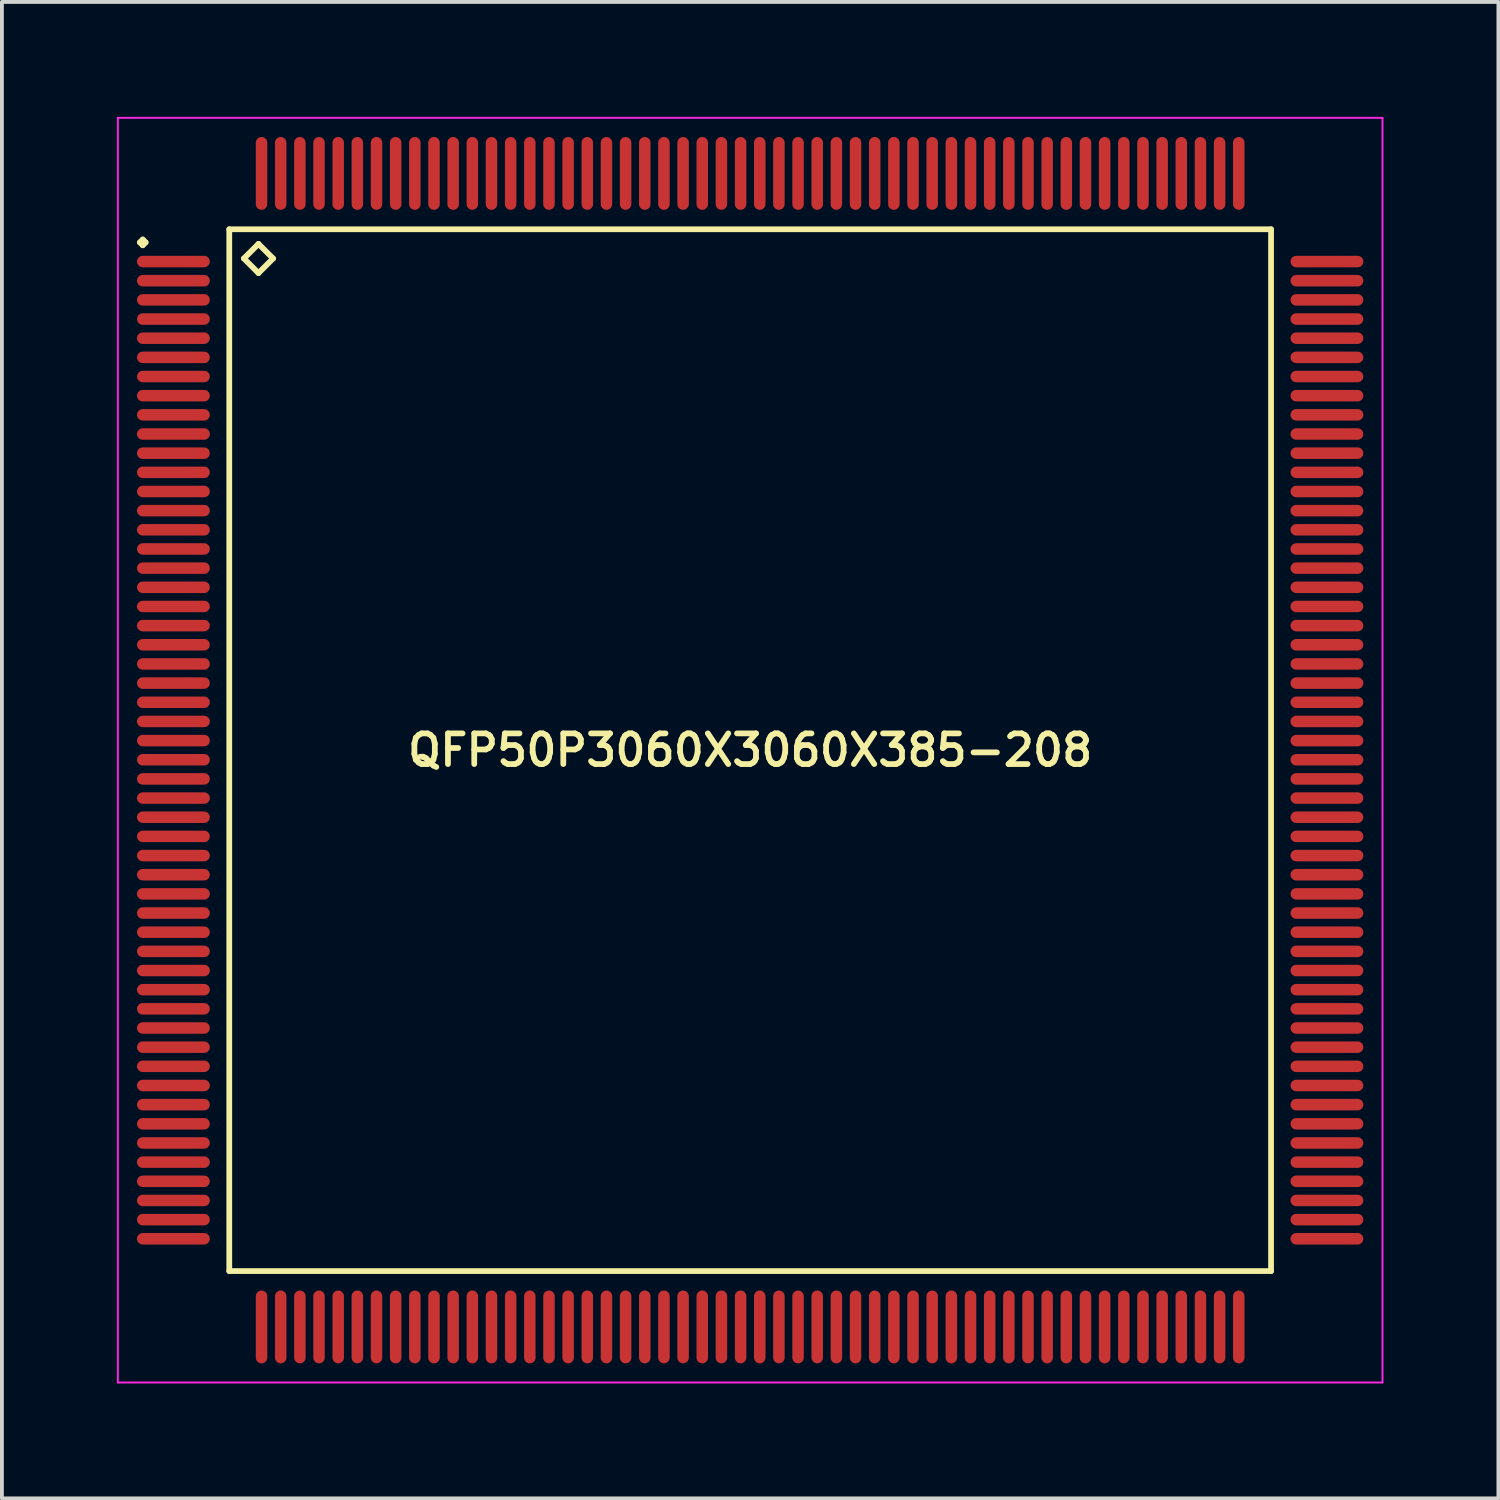
<source format=kicad_pcb>
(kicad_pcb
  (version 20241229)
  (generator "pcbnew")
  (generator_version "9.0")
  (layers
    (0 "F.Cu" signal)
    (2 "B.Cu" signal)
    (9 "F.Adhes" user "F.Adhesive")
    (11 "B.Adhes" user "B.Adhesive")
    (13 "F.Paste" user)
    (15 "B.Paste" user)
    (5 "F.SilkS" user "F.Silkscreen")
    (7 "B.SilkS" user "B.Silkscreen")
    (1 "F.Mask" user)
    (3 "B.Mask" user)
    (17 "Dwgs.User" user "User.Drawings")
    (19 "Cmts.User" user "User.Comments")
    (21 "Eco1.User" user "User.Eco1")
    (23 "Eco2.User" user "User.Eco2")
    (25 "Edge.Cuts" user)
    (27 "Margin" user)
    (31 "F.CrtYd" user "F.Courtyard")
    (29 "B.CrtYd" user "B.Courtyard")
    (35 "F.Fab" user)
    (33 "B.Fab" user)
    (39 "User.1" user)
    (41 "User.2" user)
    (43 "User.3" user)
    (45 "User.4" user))
  (footprint "QFP50P3060X3060X385-208"
    (layer "F.Cu")
    (at 16.525 16.525)
    (property "Reference" "QFP50P3060X3060X385-208" (at 0 0 0) (layer "F.SilkS") (effects (font (size 0.8 0.8) (thickness 0.15))))
    (attr smd)
    (fp_line (start -15.925 -13.25) (end -15.85 -13.325) (stroke (width 0.15) (type solid)) (layer "F.SilkS"))
    (fp_line (start -15.85 -13.325) (end -15.775 -13.25) (stroke (width 0.15) (type solid)) (layer "F.SilkS"))
    (fp_line (start -15.85 -13.175) (end -15.925 -13.25) (stroke (width 0.15) (type solid)) (layer "F.SilkS"))
    (fp_line (start -15.775 -13.25) (end -15.85 -13.175) (stroke (width 0.15) (type solid)) (layer "F.SilkS"))
    (fp_line (start -13.592 -13.592) (end -13.592 13.592) (stroke (width 0.15) (type solid)) (layer "F.SilkS"))
    (fp_line (start -13.592 13.592) (end 13.592 13.592) (stroke (width 0.15) (type solid)) (layer "F.SilkS"))
    (fp_line (start -13.211 -12.83) (end -12.83 -13.211) (stroke (width 0.15) (type solid)) (layer "F.SilkS"))
    (fp_line (start -12.83 -13.211) (end -12.449 -12.83) (stroke (width 0.15) (type solid)) (layer "F.SilkS"))
    (fp_line (start -12.83 -12.449) (end -13.211 -12.83) (stroke (width 0.15) (type solid)) (layer "F.SilkS"))
    (fp_line (start -12.449 -12.83) (end -12.83 -12.449) (stroke (width 0.15) (type solid)) (layer "F.SilkS"))
    (fp_line (start 13.592 -13.592) (end -13.592 -13.592) (stroke (width 0.15) (type solid)) (layer "F.SilkS"))
    (fp_line (start 13.592 13.592) (end 13.592 -13.592) (stroke (width 0.15) (type solid)) (layer "F.SilkS"))
    (fp_line (start -16.5 -16.5) (end 16.5 -16.5) (stroke (width 0.05) (type solid)) (layer "F.CrtYd"))
    (fp_line (start -16.5 16.5) (end -16.5 -16.5) (stroke (width 0.05) (type solid)) (layer "F.CrtYd"))
    (fp_line (start 16.5 -16.5) (end 16.5 16.5) (stroke (width 0.05) (type solid)) (layer "F.CrtYd"))
    (fp_line (start 16.5 16.5) (end -16.5 16.5) (stroke (width 0.05) (type solid)) (layer "F.CrtYd"))
    (pad "1" smd oval (at -15.05 -12.75) (size 1.9 0.3) (layers "F.Cu" "F.Mask" "F.Paste"))
    (pad "2" smd oval (at -15.05 -12.25) (size 1.9 0.3) (layers "F.Cu" "F.Mask" "F.Paste"))
    (pad "3" smd oval (at -15.05 -11.75) (size 1.9 0.3) (layers "F.Cu" "F.Mask" "F.Paste"))
    (pad "4" smd oval (at -15.05 -11.25) (size 1.9 0.3) (layers "F.Cu" "F.Mask" "F.Paste"))
    (pad "5" smd oval (at -15.05 -10.75) (size 1.9 0.3) (layers "F.Cu" "F.Mask" "F.Paste"))
    (pad "6" smd oval (at -15.05 -10.25) (size 1.9 0.3) (layers "F.Cu" "F.Mask" "F.Paste"))
    (pad "7" smd oval (at -15.05 -9.75) (size 1.9 0.3) (layers "F.Cu" "F.Mask" "F.Paste"))
    (pad "8" smd oval (at -15.05 -9.25) (size 1.9 0.3) (layers "F.Cu" "F.Mask" "F.Paste"))
    (pad "9" smd oval (at -15.05 -8.75) (size 1.9 0.3) (layers "F.Cu" "F.Mask" "F.Paste"))
    (pad "10" smd oval (at -15.05 -8.25) (size 1.9 0.3) (layers "F.Cu" "F.Mask" "F.Paste"))
    (pad "11" smd oval (at -15.05 -7.75) (size 1.9 0.3) (layers "F.Cu" "F.Mask" "F.Paste"))
    (pad "12" smd oval (at -15.05 -7.25) (size 1.9 0.3) (layers "F.Cu" "F.Mask" "F.Paste"))
    (pad "13" smd oval (at -15.05 -6.75) (size 1.9 0.3) (layers "F.Cu" "F.Mask" "F.Paste"))
    (pad "14" smd oval (at -15.05 -6.25) (size 1.9 0.3) (layers "F.Cu" "F.Mask" "F.Paste"))
    (pad "15" smd oval (at -15.05 -5.75) (size 1.9 0.3) (layers "F.Cu" "F.Mask" "F.Paste"))
    (pad "16" smd oval (at -15.05 -5.25) (size 1.9 0.3) (layers "F.Cu" "F.Mask" "F.Paste"))
    (pad "17" smd oval (at -15.05 -4.75) (size 1.9 0.3) (layers "F.Cu" "F.Mask" "F.Paste"))
    (pad "18" smd oval (at -15.05 -4.25) (size 1.9 0.3) (layers "F.Cu" "F.Mask" "F.Paste"))
    (pad "19" smd oval (at -15.05 -3.75) (size 1.9 0.3) (layers "F.Cu" "F.Mask" "F.Paste"))
    (pad "20" smd oval (at -15.05 -3.25) (size 1.9 0.3) (layers "F.Cu" "F.Mask" "F.Paste"))
    (pad "21" smd oval (at -15.05 -2.75) (size 1.9 0.3) (layers "F.Cu" "F.Mask" "F.Paste"))
    (pad "22" smd oval (at -15.05 -2.25) (size 1.9 0.3) (layers "F.Cu" "F.Mask" "F.Paste"))
    (pad "23" smd oval (at -15.05 -1.75) (size 1.9 0.3) (layers "F.Cu" "F.Mask" "F.Paste"))
    (pad "24" smd oval (at -15.05 -1.25) (size 1.9 0.3) (layers "F.Cu" "F.Mask" "F.Paste"))
    (pad "25" smd oval (at -15.05 -0.75) (size 1.9 0.3) (layers "F.Cu" "F.Mask" "F.Paste"))
    (pad "26" smd oval (at -15.05 -0.25) (size 1.9 0.3) (layers "F.Cu" "F.Mask" "F.Paste"))
    (pad "27" smd oval (at -15.05 0.25) (size 1.9 0.3) (layers "F.Cu" "F.Mask" "F.Paste"))
    (pad "28" smd oval (at -15.05 0.75) (size 1.9 0.3) (layers "F.Cu" "F.Mask" "F.Paste"))
    (pad "29" smd oval (at -15.05 1.25) (size 1.9 0.3) (layers "F.Cu" "F.Mask" "F.Paste"))
    (pad "30" smd oval (at -15.05 1.75) (size 1.9 0.3) (layers "F.Cu" "F.Mask" "F.Paste"))
    (pad "31" smd oval (at -15.05 2.25) (size 1.9 0.3) (layers "F.Cu" "F.Mask" "F.Paste"))
    (pad "32" smd oval (at -15.05 2.75) (size 1.9 0.3) (layers "F.Cu" "F.Mask" "F.Paste"))
    (pad "33" smd oval (at -15.05 3.25) (size 1.9 0.3) (layers "F.Cu" "F.Mask" "F.Paste"))
    (pad "34" smd oval (at -15.05 3.75) (size 1.9 0.3) (layers "F.Cu" "F.Mask" "F.Paste"))
    (pad "35" smd oval (at -15.05 4.25) (size 1.9 0.3) (layers "F.Cu" "F.Mask" "F.Paste"))
    (pad "36" smd oval (at -15.05 4.75) (size 1.9 0.3) (layers "F.Cu" "F.Mask" "F.Paste"))
    (pad "37" smd oval (at -15.05 5.25) (size 1.9 0.3) (layers "F.Cu" "F.Mask" "F.Paste"))
    (pad "38" smd oval (at -15.05 5.75) (size 1.9 0.3) (layers "F.Cu" "F.Mask" "F.Paste"))
    (pad "39" smd oval (at -15.05 6.25) (size 1.9 0.3) (layers "F.Cu" "F.Mask" "F.Paste"))
    (pad "40" smd oval (at -15.05 6.75) (size 1.9 0.3) (layers "F.Cu" "F.Mask" "F.Paste"))
    (pad "41" smd oval (at -15.05 7.25) (size 1.9 0.3) (layers "F.Cu" "F.Mask" "F.Paste"))
    (pad "42" smd oval (at -15.05 7.75) (size 1.9 0.3) (layers "F.Cu" "F.Mask" "F.Paste"))
    (pad "43" smd oval (at -15.05 8.25) (size 1.9 0.3) (layers "F.Cu" "F.Mask" "F.Paste"))
    (pad "44" smd oval (at -15.05 8.75) (size 1.9 0.3) (layers "F.Cu" "F.Mask" "F.Paste"))
    (pad "45" smd oval (at -15.05 9.25) (size 1.9 0.3) (layers "F.Cu" "F.Mask" "F.Paste"))
    (pad "46" smd oval (at -15.05 9.75) (size 1.9 0.3) (layers "F.Cu" "F.Mask" "F.Paste"))
    (pad "47" smd oval (at -15.05 10.25) (size 1.9 0.3) (layers "F.Cu" "F.Mask" "F.Paste"))
    (pad "48" smd oval (at -15.05 10.75) (size 1.9 0.3) (layers "F.Cu" "F.Mask" "F.Paste"))
    (pad "49" smd oval (at -15.05 11.25) (size 1.9 0.3) (layers "F.Cu" "F.Mask" "F.Paste"))
    (pad "50" smd oval (at -15.05 11.75) (size 1.9 0.3) (layers "F.Cu" "F.Mask" "F.Paste"))
    (pad "51" smd oval (at -15.05 12.25) (size 1.9 0.3) (layers "F.Cu" "F.Mask" "F.Paste"))
    (pad "52" smd oval (at -15.05 12.75) (size 1.9 0.3) (layers "F.Cu" "F.Mask" "F.Paste"))
    (pad "53" smd oval (at -12.75 15.05) (size 0.3 1.9) (layers "F.Cu" "F.Mask" "F.Paste"))
    (pad "54" smd oval (at -12.25 15.05) (size 0.3 1.9) (layers "F.Cu" "F.Mask" "F.Paste"))
    (pad "55" smd oval (at -11.75 15.05) (size 0.3 1.9) (layers "F.Cu" "F.Mask" "F.Paste"))
    (pad "56" smd oval (at -11.25 15.05) (size 0.3 1.9) (layers "F.Cu" "F.Mask" "F.Paste"))
    (pad "57" smd oval (at -10.75 15.05) (size 0.3 1.9) (layers "F.Cu" "F.Mask" "F.Paste"))
    (pad "58" smd oval (at -10.25 15.05) (size 0.3 1.9) (layers "F.Cu" "F.Mask" "F.Paste"))
    (pad "59" smd oval (at -9.75 15.05) (size 0.3 1.9) (layers "F.Cu" "F.Mask" "F.Paste"))
    (pad "60" smd oval (at -9.25 15.05) (size 0.3 1.9) (layers "F.Cu" "F.Mask" "F.Paste"))
    (pad "61" smd oval (at -8.75 15.05) (size 0.3 1.9) (layers "F.Cu" "F.Mask" "F.Paste"))
    (pad "62" smd oval (at -8.25 15.05) (size 0.3 1.9) (layers "F.Cu" "F.Mask" "F.Paste"))
    (pad "63" smd oval (at -7.75 15.05) (size 0.3 1.9) (layers "F.Cu" "F.Mask" "F.Paste"))
    (pad "64" smd oval (at -7.25 15.05) (size 0.3 1.9) (layers "F.Cu" "F.Mask" "F.Paste"))
    (pad "65" smd oval (at -6.75 15.05) (size 0.3 1.9) (layers "F.Cu" "F.Mask" "F.Paste"))
    (pad "66" smd oval (at -6.25 15.05) (size 0.3 1.9) (layers "F.Cu" "F.Mask" "F.Paste"))
    (pad "67" smd oval (at -5.75 15.05) (size 0.3 1.9) (layers "F.Cu" "F.Mask" "F.Paste"))
    (pad "68" smd oval (at -5.25 15.05) (size 0.3 1.9) (layers "F.Cu" "F.Mask" "F.Paste"))
    (pad "69" smd oval (at -4.75 15.05) (size 0.3 1.9) (layers "F.Cu" "F.Mask" "F.Paste"))
    (pad "70" smd oval (at -4.25 15.05) (size 0.3 1.9) (layers "F.Cu" "F.Mask" "F.Paste"))
    (pad "71" smd oval (at -3.75 15.05) (size 0.3 1.9) (layers "F.Cu" "F.Mask" "F.Paste"))
    (pad "72" smd oval (at -3.25 15.05) (size 0.3 1.9) (layers "F.Cu" "F.Mask" "F.Paste"))
    (pad "73" smd oval (at -2.75 15.05) (size 0.3 1.9) (layers "F.Cu" "F.Mask" "F.Paste"))
    (pad "74" smd oval (at -2.25 15.05) (size 0.3 1.9) (layers "F.Cu" "F.Mask" "F.Paste"))
    (pad "75" smd oval (at -1.75 15.05) (size 0.3 1.9) (layers "F.Cu" "F.Mask" "F.Paste"))
    (pad "76" smd oval (at -1.25 15.05) (size 0.3 1.9) (layers "F.Cu" "F.Mask" "F.Paste"))
    (pad "77" smd oval (at -0.75 15.05) (size 0.3 1.9) (layers "F.Cu" "F.Mask" "F.Paste"))
    (pad "78" smd oval (at -0.25 15.05) (size 0.3 1.9) (layers "F.Cu" "F.Mask" "F.Paste"))
    (pad "79" smd oval (at 0.25 15.05) (size 0.3 1.9) (layers "F.Cu" "F.Mask" "F.Paste"))
    (pad "80" smd oval (at 0.75 15.05) (size 0.3 1.9) (layers "F.Cu" "F.Mask" "F.Paste"))
    (pad "81" smd oval (at 1.25 15.05) (size 0.3 1.9) (layers "F.Cu" "F.Mask" "F.Paste"))
    (pad "82" smd oval (at 1.75 15.05) (size 0.3 1.9) (layers "F.Cu" "F.Mask" "F.Paste"))
    (pad "83" smd oval (at 2.25 15.05) (size 0.3 1.9) (layers "F.Cu" "F.Mask" "F.Paste"))
    (pad "84" smd oval (at 2.75 15.05) (size 0.3 1.9) (layers "F.Cu" "F.Mask" "F.Paste"))
    (pad "85" smd oval (at 3.25 15.05) (size 0.3 1.9) (layers "F.Cu" "F.Mask" "F.Paste"))
    (pad "86" smd oval (at 3.75 15.05) (size 0.3 1.9) (layers "F.Cu" "F.Mask" "F.Paste"))
    (pad "87" smd oval (at 4.25 15.05) (size 0.3 1.9) (layers "F.Cu" "F.Mask" "F.Paste"))
    (pad "88" smd oval (at 4.75 15.05) (size 0.3 1.9) (layers "F.Cu" "F.Mask" "F.Paste"))
    (pad "89" smd oval (at 5.25 15.05) (size 0.3 1.9) (layers "F.Cu" "F.Mask" "F.Paste"))
    (pad "90" smd oval (at 5.75 15.05) (size 0.3 1.9) (layers "F.Cu" "F.Mask" "F.Paste"))
    (pad "91" smd oval (at 6.25 15.05) (size 0.3 1.9) (layers "F.Cu" "F.Mask" "F.Paste"))
    (pad "92" smd oval (at 6.75 15.05) (size 0.3 1.9) (layers "F.Cu" "F.Mask" "F.Paste"))
    (pad "93" smd oval (at 7.25 15.05) (size 0.3 1.9) (layers "F.Cu" "F.Mask" "F.Paste"))
    (pad "94" smd oval (at 7.75 15.05) (size 0.3 1.9) (layers "F.Cu" "F.Mask" "F.Paste"))
    (pad "95" smd oval (at 8.25 15.05) (size 0.3 1.9) (layers "F.Cu" "F.Mask" "F.Paste"))
    (pad "96" smd oval (at 8.75 15.05) (size 0.3 1.9) (layers "F.Cu" "F.Mask" "F.Paste"))
    (pad "97" smd oval (at 9.25 15.05) (size 0.3 1.9) (layers "F.Cu" "F.Mask" "F.Paste"))
    (pad "98" smd oval (at 9.75 15.05) (size 0.3 1.9) (layers "F.Cu" "F.Mask" "F.Paste"))
    (pad "99" smd oval (at 10.25 15.05) (size 0.3 1.9) (layers "F.Cu" "F.Mask" "F.Paste"))
    (pad "100" smd oval (at 10.75 15.05) (size 0.3 1.9) (layers "F.Cu" "F.Mask" "F.Paste"))
    (pad "101" smd oval (at 11.25 15.05) (size 0.3 1.9) (layers "F.Cu" "F.Mask" "F.Paste"))
    (pad "102" smd oval (at 11.75 15.05) (size 0.3 1.9) (layers "F.Cu" "F.Mask" "F.Paste"))
    (pad "103" smd oval (at 12.25 15.05) (size 0.3 1.9) (layers "F.Cu" "F.Mask" "F.Paste"))
    (pad "104" smd oval (at 12.75 15.05) (size 0.3 1.9) (layers "F.Cu" "F.Mask" "F.Paste"))
    (pad "105" smd oval (at 15.05 12.75) (size 1.9 0.3) (layers "F.Cu" "F.Mask" "F.Paste"))
    (pad "106" smd oval (at 15.05 12.25) (size 1.9 0.3) (layers "F.Cu" "F.Mask" "F.Paste"))
    (pad "107" smd oval (at 15.05 11.75) (size 1.9 0.3) (layers "F.Cu" "F.Mask" "F.Paste"))
    (pad "108" smd oval (at 15.05 11.25) (size 1.9 0.3) (layers "F.Cu" "F.Mask" "F.Paste"))
    (pad "109" smd oval (at 15.05 10.75) (size 1.9 0.3) (layers "F.Cu" "F.Mask" "F.Paste"))
    (pad "110" smd oval (at 15.05 10.25) (size 1.9 0.3) (layers "F.Cu" "F.Mask" "F.Paste"))
    (pad "111" smd oval (at 15.05 9.75) (size 1.9 0.3) (layers "F.Cu" "F.Mask" "F.Paste"))
    (pad "112" smd oval (at 15.05 9.25) (size 1.9 0.3) (layers "F.Cu" "F.Mask" "F.Paste"))
    (pad "113" smd oval (at 15.05 8.75) (size 1.9 0.3) (layers "F.Cu" "F.Mask" "F.Paste"))
    (pad "114" smd oval (at 15.05 8.25) (size 1.9 0.3) (layers "F.Cu" "F.Mask" "F.Paste"))
    (pad "115" smd oval (at 15.05 7.75) (size 1.9 0.3) (layers "F.Cu" "F.Mask" "F.Paste"))
    (pad "116" smd oval (at 15.05 7.25) (size 1.9 0.3) (layers "F.Cu" "F.Mask" "F.Paste"))
    (pad "117" smd oval (at 15.05 6.75) (size 1.9 0.3) (layers "F.Cu" "F.Mask" "F.Paste"))
    (pad "118" smd oval (at 15.05 6.25) (size 1.9 0.3) (layers "F.Cu" "F.Mask" "F.Paste"))
    (pad "119" smd oval (at 15.05 5.75) (size 1.9 0.3) (layers "F.Cu" "F.Mask" "F.Paste"))
    (pad "120" smd oval (at 15.05 5.25) (size 1.9 0.3) (layers "F.Cu" "F.Mask" "F.Paste"))
    (pad "121" smd oval (at 15.05 4.75) (size 1.9 0.3) (layers "F.Cu" "F.Mask" "F.Paste"))
    (pad "122" smd oval (at 15.05 4.25) (size 1.9 0.3) (layers "F.Cu" "F.Mask" "F.Paste"))
    (pad "123" smd oval (at 15.05 3.75) (size 1.9 0.3) (layers "F.Cu" "F.Mask" "F.Paste"))
    (pad "124" smd oval (at 15.05 3.25) (size 1.9 0.3) (layers "F.Cu" "F.Mask" "F.Paste"))
    (pad "125" smd oval (at 15.05 2.75) (size 1.9 0.3) (layers "F.Cu" "F.Mask" "F.Paste"))
    (pad "126" smd oval (at 15.05 2.25) (size 1.9 0.3) (layers "F.Cu" "F.Mask" "F.Paste"))
    (pad "127" smd oval (at 15.05 1.75) (size 1.9 0.3) (layers "F.Cu" "F.Mask" "F.Paste"))
    (pad "128" smd oval (at 15.05 1.25) (size 1.9 0.3) (layers "F.Cu" "F.Mask" "F.Paste"))
    (pad "129" smd oval (at 15.05 0.75) (size 1.9 0.3) (layers "F.Cu" "F.Mask" "F.Paste"))
    (pad "130" smd oval (at 15.05 0.25) (size 1.9 0.3) (layers "F.Cu" "F.Mask" "F.Paste"))
    (pad "131" smd oval (at 15.05 -0.25) (size 1.9 0.3) (layers "F.Cu" "F.Mask" "F.Paste"))
    (pad "132" smd oval (at 15.05 -0.75) (size 1.9 0.3) (layers "F.Cu" "F.Mask" "F.Paste"))
    (pad "133" smd oval (at 15.05 -1.25) (size 1.9 0.3) (layers "F.Cu" "F.Mask" "F.Paste"))
    (pad "134" smd oval (at 15.05 -1.75) (size 1.9 0.3) (layers "F.Cu" "F.Mask" "F.Paste"))
    (pad "135" smd oval (at 15.05 -2.25) (size 1.9 0.3) (layers "F.Cu" "F.Mask" "F.Paste"))
    (pad "136" smd oval (at 15.05 -2.75) (size 1.9 0.3) (layers "F.Cu" "F.Mask" "F.Paste"))
    (pad "137" smd oval (at 15.05 -3.25) (size 1.9 0.3) (layers "F.Cu" "F.Mask" "F.Paste"))
    (pad "138" smd oval (at 15.05 -3.75) (size 1.9 0.3) (layers "F.Cu" "F.Mask" "F.Paste"))
    (pad "139" smd oval (at 15.05 -4.25) (size 1.9 0.3) (layers "F.Cu" "F.Mask" "F.Paste"))
    (pad "140" smd oval (at 15.05 -4.75) (size 1.9 0.3) (layers "F.Cu" "F.Mask" "F.Paste"))
    (pad "141" smd oval (at 15.05 -5.25) (size 1.9 0.3) (layers "F.Cu" "F.Mask" "F.Paste"))
    (pad "142" smd oval (at 15.05 -5.75) (size 1.9 0.3) (layers "F.Cu" "F.Mask" "F.Paste"))
    (pad "143" smd oval (at 15.05 -6.25) (size 1.9 0.3) (layers "F.Cu" "F.Mask" "F.Paste"))
    (pad "144" smd oval (at 15.05 -6.75) (size 1.9 0.3) (layers "F.Cu" "F.Mask" "F.Paste"))
    (pad "145" smd oval (at 15.05 -7.25) (size 1.9 0.3) (layers "F.Cu" "F.Mask" "F.Paste"))
    (pad "146" smd oval (at 15.05 -7.75) (size 1.9 0.3) (layers "F.Cu" "F.Mask" "F.Paste"))
    (pad "147" smd oval (at 15.05 -8.25) (size 1.9 0.3) (layers "F.Cu" "F.Mask" "F.Paste"))
    (pad "148" smd oval (at 15.05 -8.75) (size 1.9 0.3) (layers "F.Cu" "F.Mask" "F.Paste"))
    (pad "149" smd oval (at 15.05 -9.25) (size 1.9 0.3) (layers "F.Cu" "F.Mask" "F.Paste"))
    (pad "150" smd oval (at 15.05 -9.75) (size 1.9 0.3) (layers "F.Cu" "F.Mask" "F.Paste"))
    (pad "151" smd oval (at 15.05 -10.25) (size 1.9 0.3) (layers "F.Cu" "F.Mask" "F.Paste"))
    (pad "152" smd oval (at 15.05 -10.75) (size 1.9 0.3) (layers "F.Cu" "F.Mask" "F.Paste"))
    (pad "153" smd oval (at 15.05 -11.25) (size 1.9 0.3) (layers "F.Cu" "F.Mask" "F.Paste"))
    (pad "154" smd oval (at 15.05 -11.75) (size 1.9 0.3) (layers "F.Cu" "F.Mask" "F.Paste"))
    (pad "155" smd oval (at 15.05 -12.25) (size 1.9 0.3) (layers "F.Cu" "F.Mask" "F.Paste"))
    (pad "156" smd oval (at 15.05 -12.75) (size 1.9 0.3) (layers "F.Cu" "F.Mask" "F.Paste"))
    (pad "157" smd oval (at 12.75 -15.05) (size 0.3 1.9) (layers "F.Cu" "F.Mask" "F.Paste"))
    (pad "158" smd oval (at 12.25 -15.05) (size 0.3 1.9) (layers "F.Cu" "F.Mask" "F.Paste"))
    (pad "159" smd oval (at 11.75 -15.05) (size 0.3 1.9) (layers "F.Cu" "F.Mask" "F.Paste"))
    (pad "160" smd oval (at 11.25 -15.05) (size 0.3 1.9) (layers "F.Cu" "F.Mask" "F.Paste"))
    (pad "161" smd oval (at 10.75 -15.05) (size 0.3 1.9) (layers "F.Cu" "F.Mask" "F.Paste"))
    (pad "162" smd oval (at 10.25 -15.05) (size 0.3 1.9) (layers "F.Cu" "F.Mask" "F.Paste"))
    (pad "163" smd oval (at 9.75 -15.05) (size 0.3 1.9) (layers "F.Cu" "F.Mask" "F.Paste"))
    (pad "164" smd oval (at 9.25 -15.05) (size 0.3 1.9) (layers "F.Cu" "F.Mask" "F.Paste"))
    (pad "165" smd oval (at 8.75 -15.05) (size 0.3 1.9) (layers "F.Cu" "F.Mask" "F.Paste"))
    (pad "166" smd oval (at 8.25 -15.05) (size 0.3 1.9) (layers "F.Cu" "F.Mask" "F.Paste"))
    (pad "167" smd oval (at 7.75 -15.05) (size 0.3 1.9) (layers "F.Cu" "F.Mask" "F.Paste"))
    (pad "168" smd oval (at 7.25 -15.05) (size 0.3 1.9) (layers "F.Cu" "F.Mask" "F.Paste"))
    (pad "169" smd oval (at 6.75 -15.05) (size 0.3 1.9) (layers "F.Cu" "F.Mask" "F.Paste"))
    (pad "170" smd oval (at 6.25 -15.05) (size 0.3 1.9) (layers "F.Cu" "F.Mask" "F.Paste"))
    (pad "171" smd oval (at 5.75 -15.05) (size 0.3 1.9) (layers "F.Cu" "F.Mask" "F.Paste"))
    (pad "172" smd oval (at 5.25 -15.05) (size 0.3 1.9) (layers "F.Cu" "F.Mask" "F.Paste"))
    (pad "173" smd oval (at 4.75 -15.05) (size 0.3 1.9) (layers "F.Cu" "F.Mask" "F.Paste"))
    (pad "174" smd oval (at 4.25 -15.05) (size 0.3 1.9) (layers "F.Cu" "F.Mask" "F.Paste"))
    (pad "175" smd oval (at 3.75 -15.05) (size 0.3 1.9) (layers "F.Cu" "F.Mask" "F.Paste"))
    (pad "176" smd oval (at 3.25 -15.05) (size 0.3 1.9) (layers "F.Cu" "F.Mask" "F.Paste"))
    (pad "177" smd oval (at 2.75 -15.05) (size 0.3 1.9) (layers "F.Cu" "F.Mask" "F.Paste"))
    (pad "178" smd oval (at 2.25 -15.05) (size 0.3 1.9) (layers "F.Cu" "F.Mask" "F.Paste"))
    (pad "179" smd oval (at 1.75 -15.05) (size 0.3 1.9) (layers "F.Cu" "F.Mask" "F.Paste"))
    (pad "180" smd oval (at 1.25 -15.05) (size 0.3 1.9) (layers "F.Cu" "F.Mask" "F.Paste"))
    (pad "181" smd oval (at 0.75 -15.05) (size 0.3 1.9) (layers "F.Cu" "F.Mask" "F.Paste"))
    (pad "182" smd oval (at 0.25 -15.05) (size 0.3 1.9) (layers "F.Cu" "F.Mask" "F.Paste"))
    (pad "183" smd oval (at -0.25 -15.05) (size 0.3 1.9) (layers "F.Cu" "F.Mask" "F.Paste"))
    (pad "184" smd oval (at -0.75 -15.05) (size 0.3 1.9) (layers "F.Cu" "F.Mask" "F.Paste"))
    (pad "185" smd oval (at -1.25 -15.05) (size 0.3 1.9) (layers "F.Cu" "F.Mask" "F.Paste"))
    (pad "186" smd oval (at -1.75 -15.05) (size 0.3 1.9) (layers "F.Cu" "F.Mask" "F.Paste"))
    (pad "187" smd oval (at -2.25 -15.05) (size 0.3 1.9) (layers "F.Cu" "F.Mask" "F.Paste"))
    (pad "188" smd oval (at -2.75 -15.05) (size 0.3 1.9) (layers "F.Cu" "F.Mask" "F.Paste"))
    (pad "189" smd oval (at -3.25 -15.05) (size 0.3 1.9) (layers "F.Cu" "F.Mask" "F.Paste"))
    (pad "190" smd oval (at -3.75 -15.05) (size 0.3 1.9) (layers "F.Cu" "F.Mask" "F.Paste"))
    (pad "191" smd oval (at -4.25 -15.05) (size 0.3 1.9) (layers "F.Cu" "F.Mask" "F.Paste"))
    (pad "192" smd oval (at -4.75 -15.05) (size 0.3 1.9) (layers "F.Cu" "F.Mask" "F.Paste"))
    (pad "193" smd oval (at -5.25 -15.05) (size 0.3 1.9) (layers "F.Cu" "F.Mask" "F.Paste"))
    (pad "194" smd oval (at -5.75 -15.05) (size 0.3 1.9) (layers "F.Cu" "F.Mask" "F.Paste"))
    (pad "195" smd oval (at -6.25 -15.05) (size 0.3 1.9) (layers "F.Cu" "F.Mask" "F.Paste"))
    (pad "196" smd oval (at -6.75 -15.05) (size 0.3 1.9) (layers "F.Cu" "F.Mask" "F.Paste"))
    (pad "197" smd oval (at -7.25 -15.05) (size 0.3 1.9) (layers "F.Cu" "F.Mask" "F.Paste"))
    (pad "198" smd oval (at -7.75 -15.05) (size 0.3 1.9) (layers "F.Cu" "F.Mask" "F.Paste"))
    (pad "199" smd oval (at -8.25 -15.05) (size 0.3 1.9) (layers "F.Cu" "F.Mask" "F.Paste"))
    (pad "200" smd oval (at -8.75 -15.05) (size 0.3 1.9) (layers "F.Cu" "F.Mask" "F.Paste"))
    (pad "201" smd oval (at -9.25 -15.05) (size 0.3 1.9) (layers "F.Cu" "F.Mask" "F.Paste"))
    (pad "202" smd oval (at -9.75 -15.05) (size 0.3 1.9) (layers "F.Cu" "F.Mask" "F.Paste"))
    (pad "203" smd oval (at -10.25 -15.05) (size 0.3 1.9) (layers "F.Cu" "F.Mask" "F.Paste"))
    (pad "204" smd oval (at -10.75 -15.05) (size 0.3 1.9) (layers "F.Cu" "F.Mask" "F.Paste"))
    (pad "205" smd oval (at -11.25 -15.05) (size 0.3 1.9) (layers "F.Cu" "F.Mask" "F.Paste"))
    (pad "206" smd oval (at -11.75 -15.05) (size 0.3 1.9) (layers "F.Cu" "F.Mask" "F.Paste"))
    (pad "207" smd oval (at -12.25 -15.05) (size 0.3 1.9) (layers "F.Cu" "F.Mask" "F.Paste"))
    (pad "208" smd oval (at -12.75 -15.05) (size 0.3 1.9) (layers "F.Cu" "F.Mask" "F.Paste")))
  (gr_rect
    (start -3 -3)
    (end 36.05 36.05)
    (stroke (width 0.1) (type default))
    (fill no)
    (layer "Edge.Cuts")))
</source>
